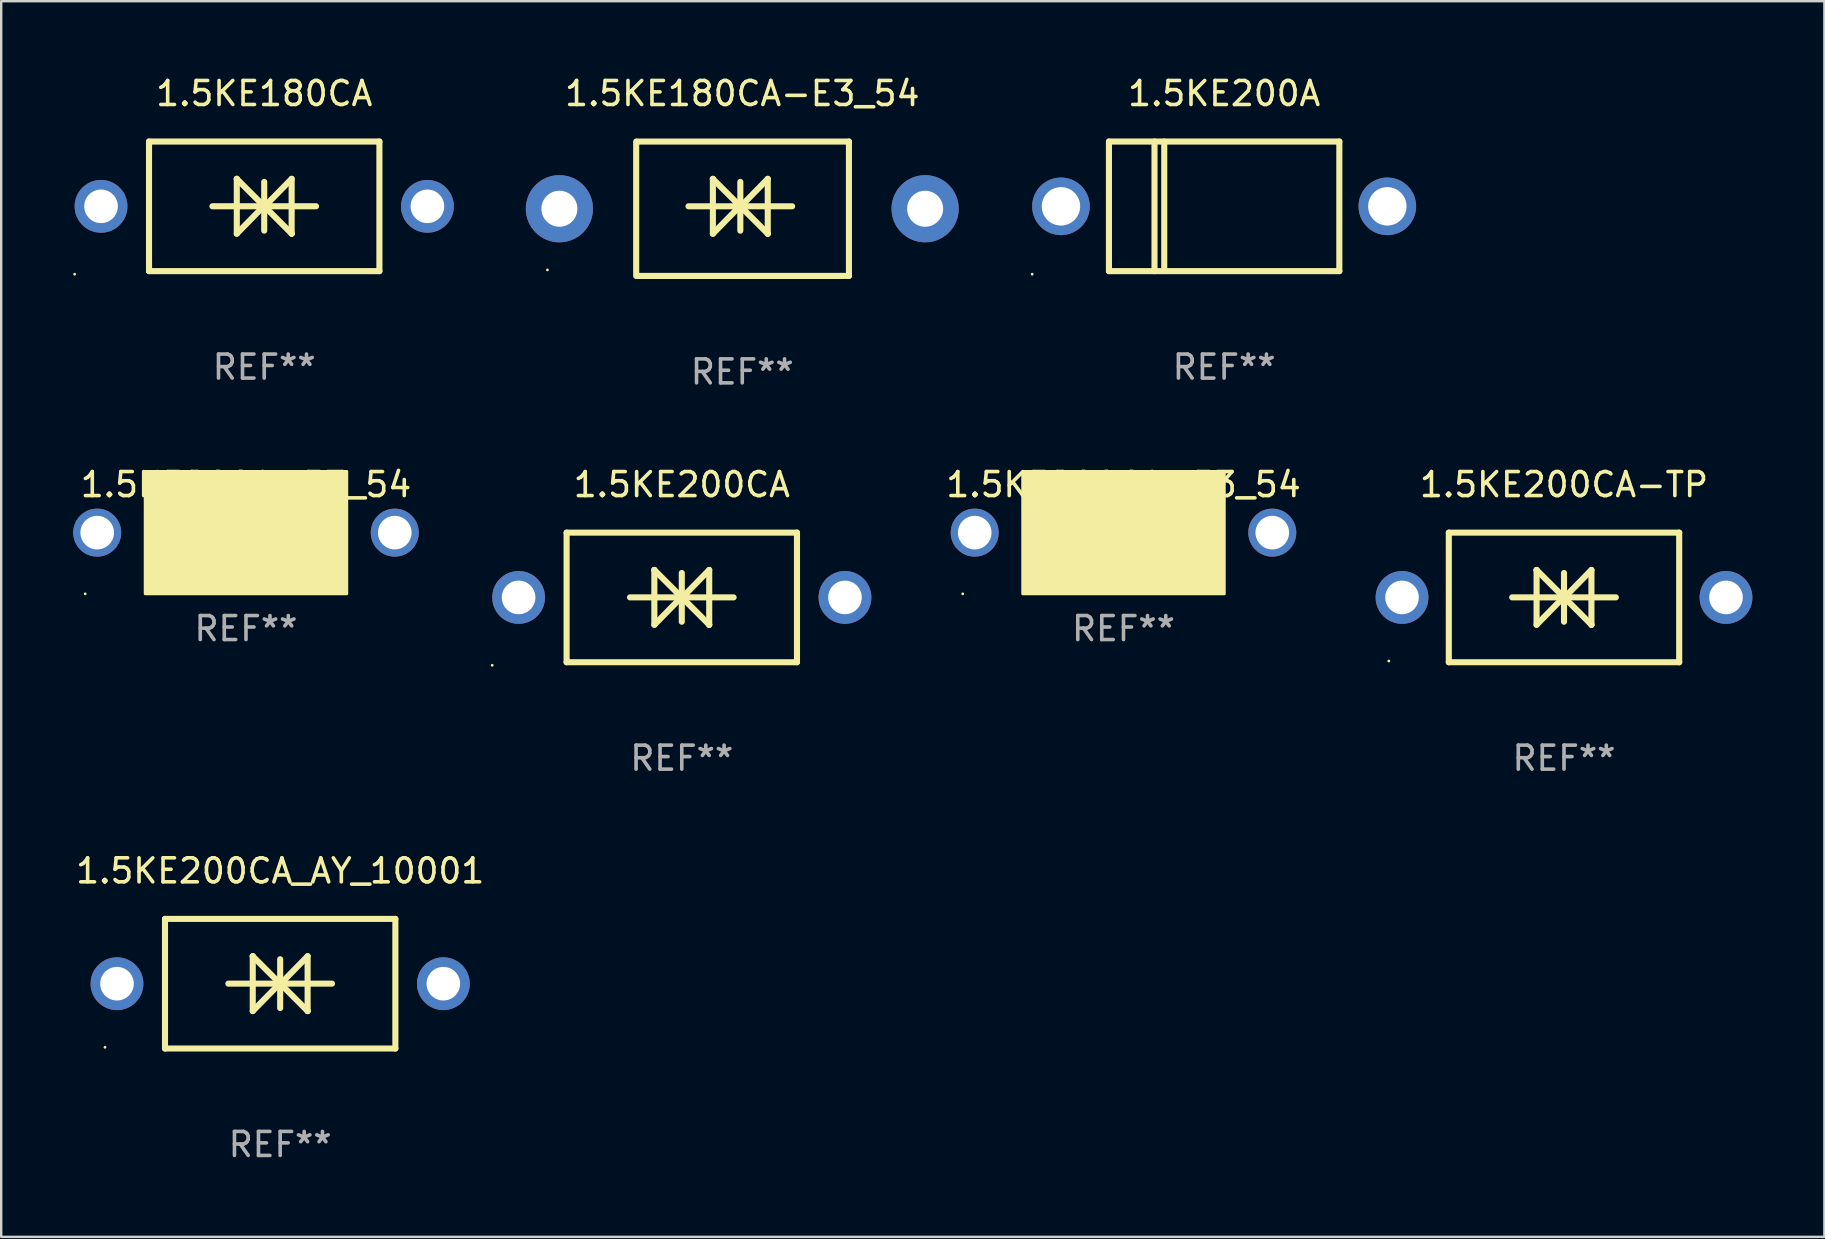
<source format=kicad_pcb>
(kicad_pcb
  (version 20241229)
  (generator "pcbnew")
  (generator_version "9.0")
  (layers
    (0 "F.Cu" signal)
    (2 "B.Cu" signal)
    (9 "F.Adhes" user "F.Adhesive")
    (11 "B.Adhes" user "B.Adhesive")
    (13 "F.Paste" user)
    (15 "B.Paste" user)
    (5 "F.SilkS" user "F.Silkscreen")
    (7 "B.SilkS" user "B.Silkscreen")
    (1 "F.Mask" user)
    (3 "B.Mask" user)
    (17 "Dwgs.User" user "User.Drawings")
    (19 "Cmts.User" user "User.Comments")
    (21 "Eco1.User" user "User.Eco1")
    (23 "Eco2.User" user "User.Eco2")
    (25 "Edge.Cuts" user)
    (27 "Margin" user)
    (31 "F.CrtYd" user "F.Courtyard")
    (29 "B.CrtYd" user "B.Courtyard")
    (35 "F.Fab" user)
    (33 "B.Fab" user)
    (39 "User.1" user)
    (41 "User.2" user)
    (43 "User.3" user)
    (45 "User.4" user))
  (footprint "1.5KE200CA-TP"
    (layer "F.Cu")
    (at 62.122 21.845)
    (property "Reference" "1.5KE200CA-TP" (at 0 -4.7 0) (layer "F.SilkS") (effects (font (size 1 1) (thickness 0.15))))
    (attr through_hole)
    (fp_line (start -4.8 -2.7) (end -4.8 2.7) (stroke (width 0.254) (type solid)) (layer "F.SilkS"))
    (fp_line (start -4.8 -2.7) (end 4.8 -2.7) (stroke (width 0.254) (type solid)) (layer "F.SilkS"))
    (fp_line (start -2.159 -0.003) (end 2.159 -0.003) (stroke (width 0.254) (type solid)) (layer "F.SilkS"))
    (fp_line (start -1.143 -1.146) (end -1.143 1.14) (stroke (width 0.254) (type solid)) (layer "F.SilkS"))
    (fp_line (start -1.143 -1.143) (end -1.143 -1.146) (stroke (width 0.254) (type solid)) (layer "F.SilkS"))
    (fp_line (start 0 -1.019) (end 0 1.013) (stroke (width 0.254) (type solid)) (layer "F.SilkS"))
    (fp_line (start 0 -0.026) (end -1.143 1.14) (stroke (width 0.254) (type solid)) (layer "F.SilkS"))
    (fp_line (start 0 -0.006) (end 1.143 1.137) (stroke (width 0.254) (type solid)) (layer "F.SilkS"))
    (fp_line (start 0 0) (end -1.143 -1.143) (stroke (width 0.254) (type solid)) (layer "F.SilkS"))
    (fp_line (start 0 0.02) (end 1.143 -1.146) (stroke (width 0.254) (type solid)) (layer "F.SilkS"))
    (fp_line (start 1.143 1.137) (end 1.143 1.14) (stroke (width 0.254) (type solid)) (layer "F.SilkS"))
    (fp_line (start 1.143 1.14) (end 1.143 -1.146) (stroke (width 0.254) (type solid)) (layer "F.SilkS"))
    (fp_line (start 4.8 -2.7) (end 4.8 2.7) (stroke (width 0.254) (type solid)) (layer "F.SilkS"))
    (fp_line (start 4.8 2.7) (end -4.8 2.7) (stroke (width 0.254) (type solid)) (layer "F.SilkS"))
    (fp_circle (center -7.3 2.65) (end -7.27 2.65) (stroke (width 0.06) (type solid)) (fill no) (layer "F.SilkS"))
    (fp_text user "REF**" (at 0 6.7 0) (layer "F.Fab") (effects (font (size 1 1) (thickness 0.15))))
    (pad "1" thru_hole circle (at -6.75 0) (size 2.2 2.2) (drill 1.4) (layers "*.Cu" "*.Mask"))
    (pad "2" thru_hole circle (at 6.75 0) (size 2.2 2.2) (drill 1.4) (layers "*.Cu" "*.Mask")))
  (footprint "1.5KE180CA-E3_54"
    (layer "F.Cu")
    (at 27.88 5.648)
    (property "Reference" "1.5KE180CA-E3_54" (at 0 -4.8 0) (layer "F.SilkS") (effects (font (size 1 1) (thickness 0.15))))
    (attr through_hole)
    (fp_line (start -4.42 2.8) (end -4.42 -2.8) (stroke (width 0.254) (type solid)) (layer "F.SilkS"))
    (fp_line (start -4.379 -2.799) (end 4.445 -2.799) (stroke (width 0.254) (type solid)) (layer "F.SilkS"))
    (fp_line (start -2.24 -0.102) (end 2.078 -0.102) (stroke (width 0.254) (type solid)) (layer "F.SilkS"))
    (fp_line (start -1.224 -1.245) (end -1.224 1.041) (stroke (width 0.254) (type solid)) (layer "F.SilkS"))
    (fp_line (start -1.224 -1.242) (end -1.224 -1.245) (stroke (width 0.254) (type solid)) (layer "F.SilkS"))
    (fp_line (start -0.081 -1.118) (end -0.081 0.914) (stroke (width 0.254) (type solid)) (layer "F.SilkS"))
    (fp_line (start -0.081 -0.125) (end -1.224 1.041) (stroke (width 0.254) (type solid)) (layer "F.SilkS"))
    (fp_line (start -0.081 -0.105) (end 1.062 1.038) (stroke (width 0.254) (type solid)) (layer "F.SilkS"))
    (fp_line (start -0.081 -0.099) (end -1.224 -1.242) (stroke (width 0.254) (type solid)) (layer "F.SilkS"))
    (fp_line (start -0.081 -0.079) (end 1.062 -1.245) (stroke (width 0.254) (type solid)) (layer "F.SilkS"))
    (fp_line (start 1.062 1.038) (end 1.062 1.041) (stroke (width 0.254) (type solid)) (layer "F.SilkS"))
    (fp_line (start 1.062 1.041) (end 1.062 -1.245) (stroke (width 0.254) (type solid)) (layer "F.SilkS"))
    (fp_line (start 4.12 2.8) (end -4.38 2.8) (stroke (width 0.254) (type solid)) (layer "F.SilkS"))
    (fp_line (start 4.445 -2.799) (end 4.445 2.799) (stroke (width 0.254) (type solid)) (layer "F.SilkS"))
    (fp_line (start 4.445 2.799) (end 4.12 2.799) (stroke (width 0.254) (type solid)) (layer "F.SilkS"))
    (fp_circle (center -8.12 2.55) (end -8.09 2.55) (stroke (width 0.06) (type solid)) (fill no) (layer "F.SilkS"))
    (fp_text user "REF**" (at 0 6.8 0) (layer "F.Fab") (effects (font (size 1 1) (thickness 0.15))))
    (pad "1" thru_hole circle (at -7.62 0) (size 2.8 2.8) (drill 1.5) (layers "*.Cu" "*.Mask"))
    (pad "2" thru_hole circle (at 7.62 0) (size 2.8 2.8) (drill 1.5) (layers "*.Cu" "*.Mask")))
  (footprint "1.5KE200A-E3_54"
    (layer "F.Cu")
    (at 7.2 19.145)
    (property "Reference" "1.5KE200A-E3_54" (at 0 -2 0) (layer "F.SilkS") (effects (font (size 1 1) (thickness 0.15))))
    (attr through_hole)
    (fp_circle (center -6.7 2.55) (end -6.67 2.55) (stroke (width 0.06) (type solid)) (fill no) (layer "F.SilkS"))
    (fp_poly (pts (xy -4.2 -2.55) (xy 4.2 -2.55) (xy 4.2 2.55) (xy -4.2 2.55)) (stroke (width 0.12) (type solid)) (fill yes) (layer "F.SilkS"))
    (fp_text user "REF**" (at 0 4 0) (layer "F.Fab") (effects (font (size 1 1) (thickness 0.15))))
    (pad "1" thru_hole circle (at -6.2 0) (size 2 2) (drill 1.4) (layers "*.Cu" "*.Mask"))
    (pad "2" thru_hole circle (at 6.2 0) (size 2 2) (drill 1.4) (layers "*.Cu" "*.Mask")))
  (footprint "1.5KE200A"
    (layer "F.Cu")
    (at 47.96 5.548)
    (property "Reference" "1.5KE200A" (at 0 -4.7 0) (layer "F.SilkS") (effects (font (size 1 1) (thickness 0.15))))
    (attr through_hole)
    (fp_line (start -4.8 -2.7) (end -4.8 2.7) (stroke (width 0.254) (type solid)) (layer "F.SilkS"))
    (fp_line (start -4.8 -2.7) (end 4.8 -2.7) (stroke (width 0.254) (type solid)) (layer "F.SilkS"))
    (fp_line (start -2.902 -2.7) (end -2.902 2.7) (stroke (width 0.254) (type solid)) (layer "F.SilkS"))
    (fp_line (start -2.496 -2.7) (end -2.496 2.54) (stroke (width 0.254) (type solid)) (layer "F.SilkS"))
    (fp_line (start 4.8 -2.7) (end 4.8 2.7) (stroke (width 0.254) (type solid)) (layer "F.SilkS"))
    (fp_line (start 4.8 2.7) (end -4.8 2.7) (stroke (width 0.254) (type solid)) (layer "F.SilkS"))
    (fp_circle (center -8 2.827) (end -7.97 2.827) (stroke (width 0.06) (type solid)) (fill no) (layer "F.SilkS"))
    (fp_text user "REF**" (at 0 6.7 0) (layer "F.Fab") (effects (font (size 1 1) (thickness 0.15))))
    (pad "1" thru_hole circle (at -6.8 0) (size 2.4 2.4) (drill 1.6) (layers "*.Cu" "*.Mask"))
    (pad "2" thru_hole circle (at 6.8 0) (size 2.4 2.4) (drill 1.6) (layers "*.Cu" "*.Mask")))
  (footprint "1.5KE200CA_AY_10001"
    (layer "F.Cu")
    (at 8.625 37.941)
    (property "Reference" "1.5KE200CA_AY_10001" (at 0 -4.7 0) (layer "F.SilkS") (effects (font (size 1 1) (thickness 0.15))))
    (attr through_hole)
    (fp_line (start -4.8 -2.7) (end -4.8 2.7) (stroke (width 0.254) (type solid)) (layer "F.SilkS"))
    (fp_line (start -4.8 -2.7) (end 4.8 -2.7) (stroke (width 0.254) (type solid)) (layer "F.SilkS"))
    (fp_line (start -2.159 -0.003) (end 2.159 -0.003) (stroke (width 0.254) (type solid)) (layer "F.SilkS"))
    (fp_line (start -1.143 -1.146) (end -1.143 1.14) (stroke (width 0.254) (type solid)) (layer "F.SilkS"))
    (fp_line (start -1.143 -1.143) (end -1.143 -1.146) (stroke (width 0.254) (type solid)) (layer "F.SilkS"))
    (fp_line (start 0 -1.019) (end 0 1.013) (stroke (width 0.254) (type solid)) (layer "F.SilkS"))
    (fp_line (start 0 -0.026) (end -1.143 1.14) (stroke (width 0.254) (type solid)) (layer "F.SilkS"))
    (fp_line (start 0 -0.006) (end 1.143 1.137) (stroke (width 0.254) (type solid)) (layer "F.SilkS"))
    (fp_line (start 0 0) (end -1.143 -1.143) (stroke (width 0.254) (type solid)) (layer "F.SilkS"))
    (fp_line (start 0 0.02) (end 1.143 -1.146) (stroke (width 0.254) (type solid)) (layer "F.SilkS"))
    (fp_line (start 1.143 1.137) (end 1.143 1.14) (stroke (width 0.254) (type solid)) (layer "F.SilkS"))
    (fp_line (start 1.143 1.14) (end 1.143 -1.146) (stroke (width 0.254) (type solid)) (layer "F.SilkS"))
    (fp_line (start 4.8 -2.7) (end 4.8 2.7) (stroke (width 0.254) (type solid)) (layer "F.SilkS"))
    (fp_line (start 4.8 2.7) (end -4.8 2.7) (stroke (width 0.254) (type solid)) (layer "F.SilkS"))
    (fp_circle (center -7.3 2.65) (end -7.27 2.65) (stroke (width 0.06) (type solid)) (fill no) (layer "F.SilkS"))
    (fp_text user "REF**" (at 0 6.7 0) (layer "F.Fab") (effects (font (size 1 1) (thickness 0.15))))
    (pad "1" thru_hole circle (at -6.8 0) (size 2.2 2.2) (drill 1.4) (layers "*.Cu" "*.Mask"))
    (pad "2" thru_hole circle (at 6.8 0) (size 2.2 2.2) (drill 1.4) (layers "*.Cu" "*.Mask")))
  (footprint "1.5KE200CA-E3_54"
    (layer "F.Cu")
    (at 43.766 19.145)
    (property "Reference" "1.5KE200CA-E3_54" (at 0 -2 0) (layer "F.SilkS") (effects (font (size 1 1) (thickness 0.15))))
    (attr through_hole)
    (fp_circle (center -6.7 2.55) (end -6.67 2.55) (stroke (width 0.06) (type solid)) (fill no) (layer "F.SilkS"))
    (fp_poly (pts (xy -4.2 -2.55) (xy 4.2 -2.55) (xy 4.2 2.55) (xy -4.2 2.55)) (stroke (width 0.12) (type solid)) (fill yes) (layer "F.SilkS"))
    (fp_text user "REF**" (at 0 4 0) (layer "F.Fab") (effects (font (size 1 1) (thickness 0.15))))
    (pad "1" thru_hole circle (at -6.2 0) (size 2 2) (drill 1.4) (layers "*.Cu" "*.Mask"))
    (pad "2" thru_hole circle (at 6.2 0) (size 2 2) (drill 1.4) (layers "*.Cu" "*.Mask")))
  (footprint "1.5KE200CA"
    (layer "F.Cu")
    (at 25.36 21.845)
    (property "Reference" "1.5KE200CA" (at 0 -4.7 0) (layer "F.SilkS") (effects (font (size 1 1) (thickness 0.15))))
    (attr through_hole)
    (fp_line (start -4.8 -2.7) (end -4.8 2.7) (stroke (width 0.254) (type solid)) (layer "F.SilkS"))
    (fp_line (start -4.8 -2.7) (end 4.8 -2.7) (stroke (width 0.254) (type solid)) (layer "F.SilkS"))
    (fp_line (start -2.159 -0.003) (end 2.159 -0.003) (stroke (width 0.254) (type solid)) (layer "F.SilkS"))
    (fp_line (start -1.143 -1.146) (end -1.143 1.14) (stroke (width 0.254) (type solid)) (layer "F.SilkS"))
    (fp_line (start -1.143 -1.143) (end -1.143 -1.146) (stroke (width 0.254) (type solid)) (layer "F.SilkS"))
    (fp_line (start 0 -1.019) (end 0 1.013) (stroke (width 0.254) (type solid)) (layer "F.SilkS"))
    (fp_line (start 0 -0.026) (end -1.143 1.14) (stroke (width 0.254) (type solid)) (layer "F.SilkS"))
    (fp_line (start 0 -0.006) (end 1.143 1.137) (stroke (width 0.254) (type solid)) (layer "F.SilkS"))
    (fp_line (start 0 0) (end -1.143 -1.143) (stroke (width 0.254) (type solid)) (layer "F.SilkS"))
    (fp_line (start 0 0.02) (end 1.143 -1.146) (stroke (width 0.254) (type solid)) (layer "F.SilkS"))
    (fp_line (start 1.143 1.137) (end 1.143 1.14) (stroke (width 0.254) (type solid)) (layer "F.SilkS"))
    (fp_line (start 1.143 1.14) (end 1.143 -1.146) (stroke (width 0.254) (type solid)) (layer "F.SilkS"))
    (fp_line (start 4.8 -2.7) (end 4.8 2.7) (stroke (width 0.254) (type solid)) (layer "F.SilkS"))
    (fp_line (start 4.8 2.7) (end -4.8 2.7) (stroke (width 0.254) (type solid)) (layer "F.SilkS"))
    (fp_circle (center -7.9 2.827) (end -7.87 2.827) (stroke (width 0.06) (type solid)) (fill no) (layer "F.SilkS"))
    (fp_text user "REF**" (at 0 6.7 0) (layer "F.Fab") (effects (font (size 1 1) (thickness 0.15))))
    (pad "1" thru_hole circle (at -6.8 0) (size 2.2 2.2) (drill 1.4) (layers "*.Cu" "*.Mask"))
    (pad "2" thru_hole circle (at 6.8 0) (size 2.2 2.2) (drill 1.4) (layers "*.Cu" "*.Mask")))
  (footprint "1.5KE180CA"
    (layer "F.Cu")
    (at 7.96 5.548)
    (property "Reference" "1.5KE180CA" (at 0 -4.7 0) (layer "F.SilkS") (effects (font (size 1 1) (thickness 0.15))))
    (attr through_hole)
    (fp_line (start -4.8 -2.7) (end -4.8 2.7) (stroke (width 0.254) (type solid)) (layer "F.SilkS"))
    (fp_line (start -4.8 -2.7) (end 4.8 -2.7) (stroke (width 0.254) (type solid)) (layer "F.SilkS"))
    (fp_line (start -2.159 -0.003) (end 2.159 -0.003) (stroke (width 0.254) (type solid)) (layer "F.SilkS"))
    (fp_line (start -1.143 -1.146) (end -1.143 1.14) (stroke (width 0.254) (type solid)) (layer "F.SilkS"))
    (fp_line (start -1.143 -1.143) (end -1.143 -1.146) (stroke (width 0.254) (type solid)) (layer "F.SilkS"))
    (fp_line (start 0 -1.019) (end 0 1.013) (stroke (width 0.254) (type solid)) (layer "F.SilkS"))
    (fp_line (start 0 -0.026) (end -1.143 1.14) (stroke (width 0.254) (type solid)) (layer "F.SilkS"))
    (fp_line (start 0 -0.006) (end 1.143 1.137) (stroke (width 0.254) (type solid)) (layer "F.SilkS"))
    (fp_line (start 0 0) (end -1.143 -1.143) (stroke (width 0.254) (type solid)) (layer "F.SilkS"))
    (fp_line (start 0 0.02) (end 1.143 -1.146) (stroke (width 0.254) (type solid)) (layer "F.SilkS"))
    (fp_line (start 1.143 1.137) (end 1.143 1.14) (stroke (width 0.254) (type solid)) (layer "F.SilkS"))
    (fp_line (start 1.143 1.14) (end 1.143 -1.146) (stroke (width 0.254) (type solid)) (layer "F.SilkS"))
    (fp_line (start 4.8 -2.7) (end 4.8 2.7) (stroke (width 0.254) (type solid)) (layer "F.SilkS"))
    (fp_line (start 4.8 2.7) (end -4.8 2.7) (stroke (width 0.254) (type solid)) (layer "F.SilkS"))
    (fp_circle (center -7.9 2.827) (end -7.87 2.827) (stroke (width 0.06) (type solid)) (fill no) (layer "F.SilkS"))
    (fp_text user "REF**" (at 0 6.7 0) (layer "F.Fab") (effects (font (size 1 1) (thickness 0.15))))
    (pad "1" thru_hole circle (at -6.8 0) (size 2.2 2.2) (drill 1.4) (layers "*.Cu" "*.Mask"))
    (pad "2" thru_hole circle (at 6.8 0) (size 2.2 2.2) (drill 1.4) (layers "*.Cu" "*.Mask")))
  (gr_rect
    (start -3 -3)
    (end 72.972 48.49)
    (stroke (width 0.1) (type default))
    (fill no)
    (layer "Edge.Cuts")))
</source>
